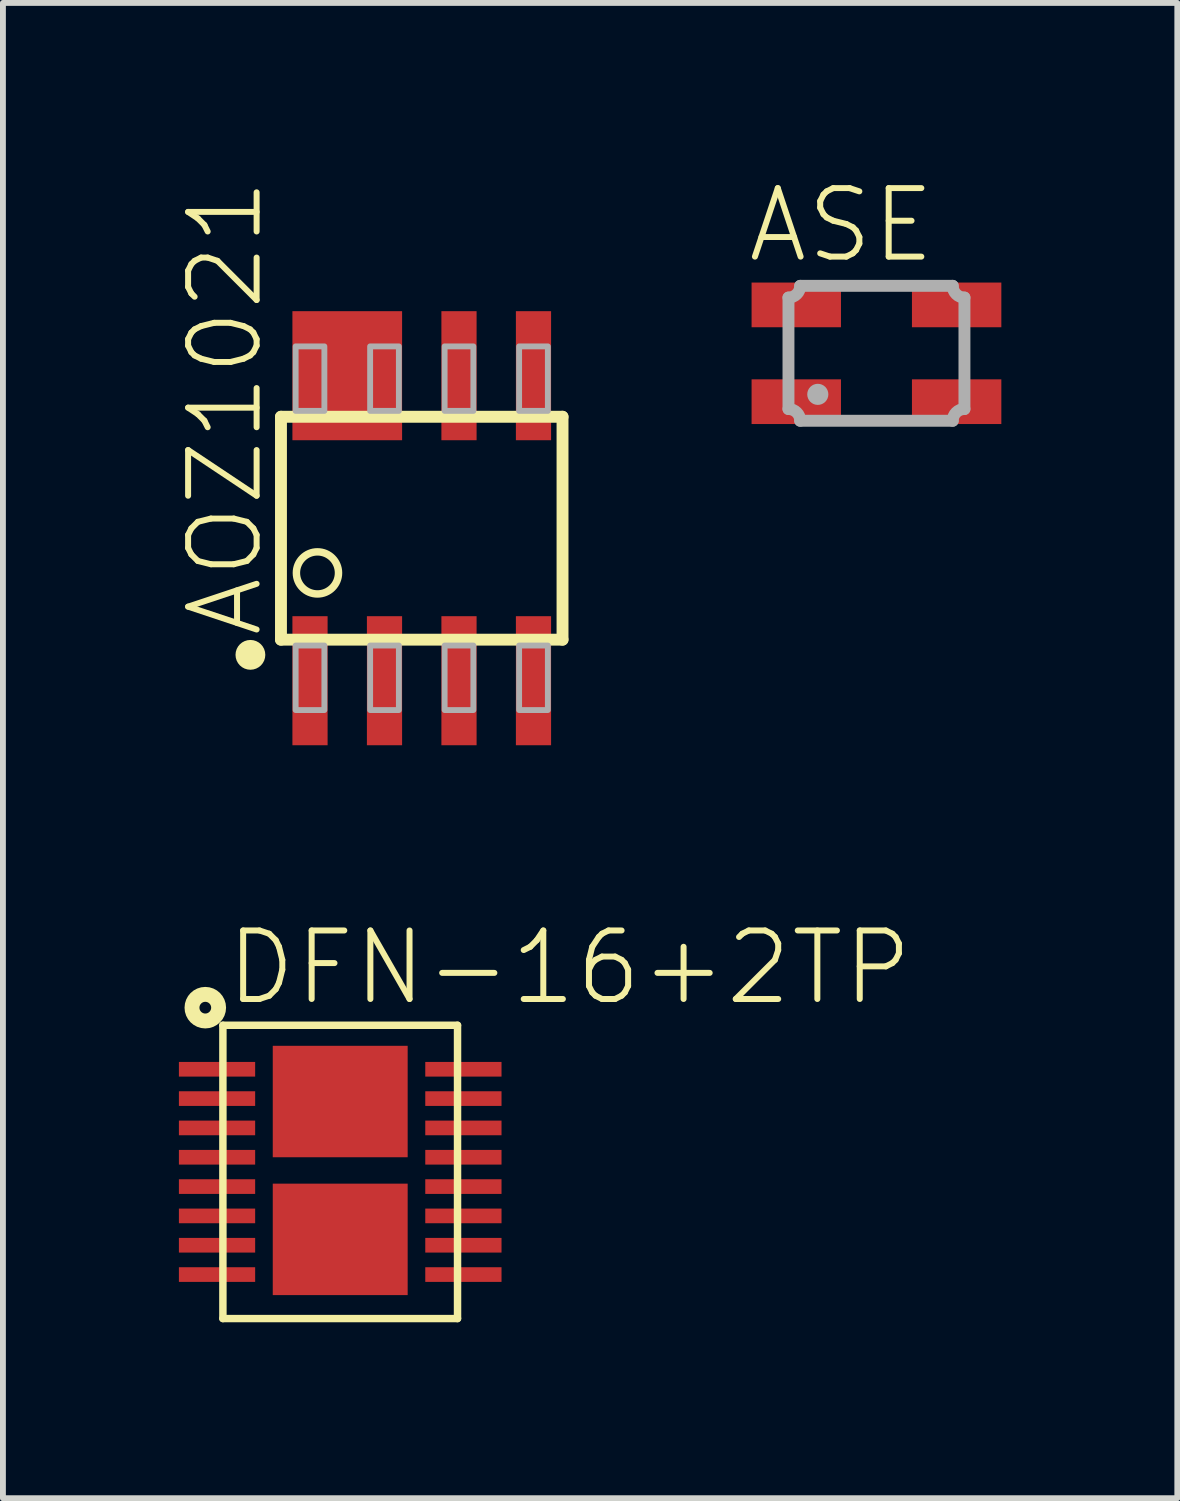
<source format=kicad_pcb>
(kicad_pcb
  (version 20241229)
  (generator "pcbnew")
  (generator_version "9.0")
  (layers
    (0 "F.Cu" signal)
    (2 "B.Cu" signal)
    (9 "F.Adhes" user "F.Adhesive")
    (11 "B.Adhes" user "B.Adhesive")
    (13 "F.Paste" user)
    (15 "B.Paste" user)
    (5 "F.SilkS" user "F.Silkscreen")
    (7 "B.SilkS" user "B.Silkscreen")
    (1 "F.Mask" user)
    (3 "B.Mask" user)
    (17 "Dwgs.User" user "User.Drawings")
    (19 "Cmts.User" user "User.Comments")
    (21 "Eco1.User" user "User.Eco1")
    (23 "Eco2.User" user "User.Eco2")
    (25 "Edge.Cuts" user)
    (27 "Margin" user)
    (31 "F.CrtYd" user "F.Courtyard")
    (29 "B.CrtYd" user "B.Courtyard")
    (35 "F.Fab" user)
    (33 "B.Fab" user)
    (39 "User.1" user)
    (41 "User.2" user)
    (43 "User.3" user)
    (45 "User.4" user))
  (footprint "DFN-16+2TP"
    (layer "F.Cu")
    (at 2.75 16.929)
    (property "Reference" "DFN-16+2TP" (at -2 -2.8 0) (unlocked yes) (layer "F.SilkS") (effects (font (size 1.168 1.168) (thickness 0.102)) (justify left bottom)))
    (fp_line (start -2 -2.5) (end -2 2.5) (stroke (width 0.127) (type solid)) (layer "F.SilkS"))
    (fp_line (start -2 2.5) (end 2 2.5) (stroke (width 0.127) (type solid)) (layer "F.SilkS"))
    (fp_line (start 2 -2.5) (end -2 -2.5) (stroke (width 0.127) (type solid)) (layer "F.SilkS"))
    (fp_line (start 2 2.5) (end 2 -2.5) (stroke (width 0.127) (type solid)) (layer "F.SilkS"))
    (fp_circle (center -2.3 -2.8) (end -2.2 -2.8) (stroke (width 0.254) (type solid)) (fill no) (layer "F.SilkS"))
    (fp_poly (pts (xy -1 -0.4) (xy 1 -0.4) (xy 1 -2.15) (xy -1 -2.15)) (stroke (width 0) (type default)) (fill yes) (layer "F.Paste"))
    (fp_poly (pts (xy -1 2.1) (xy 1 2.1) (xy 1 0.35) (xy -1 0.35)) (stroke (width 0) (type default)) (fill yes) (layer "F.Paste"))
    (pad "1" smd rect (at -2.1 -1.75) (size 1.3 0.25) (layers "F.Cu" "F.Mask" "F.Paste"))
    (pad "2" smd rect (at -2.1 -1.25) (size 1.3 0.25) (layers "F.Cu" "F.Mask" "F.Paste"))
    (pad "3" smd rect (at -2.1 -0.75) (size 1.3 0.25) (layers "F.Cu" "F.Mask" "F.Paste"))
    (pad "4" smd rect (at -2.1 -0.25) (size 1.3 0.25) (layers "F.Cu" "F.Mask" "F.Paste"))
    (pad "5" smd rect (at -2.1 0.25) (size 1.3 0.25) (layers "F.Cu" "F.Mask" "F.Paste"))
    (pad "6" smd rect (at -2.1 0.75) (size 1.3 0.25) (layers "F.Cu" "F.Mask" "F.Paste"))
    (pad "7" smd rect (at -2.1 1.25) (size 1.3 0.25) (layers "F.Cu" "F.Mask" "F.Paste"))
    (pad "8" smd rect (at -2.1 1.75) (size 1.3 0.25) (layers "F.Cu" "F.Mask" "F.Paste"))
    (pad "9" smd rect (at 2.1 1.75 180) (size 1.3 0.25) (layers "F.Cu" "F.Mask" "F.Paste"))
    (pad "10" smd rect (at 2.1 1.25 180) (size 1.3 0.25) (layers "F.Cu" "F.Mask" "F.Paste"))
    (pad "11" smd rect (at 2.1 0.75 180) (size 1.3 0.25) (layers "F.Cu" "F.Mask" "F.Paste"))
    (pad "12" smd rect (at 2.1 0.25 180) (size 1.3 0.25) (layers "F.Cu" "F.Mask" "F.Paste"))
    (pad "13" smd rect (at 2.1 -0.25 180) (size 1.3 0.25) (layers "F.Cu" "F.Mask" "F.Paste"))
    (pad "14" smd rect (at 2.1 -0.75 180) (size 1.3 0.25) (layers "F.Cu" "F.Mask" "F.Paste"))
    (pad "15" smd rect (at 2.1 -1.25 180) (size 1.3 0.25) (layers "F.Cu" "F.Mask" "F.Paste"))
    (pad "16" smd rect (at 2.1 -1.75 180) (size 1.3 0.25) (layers "F.Cu" "F.Mask" "F.Paste"))
    (pad "17" smd rect (at 0 -1.2) (size 2.3 1.9) (layers "F.Cu" "F.Mask"))
    (pad "18" smd rect (at 0 1.15) (size 2.3 1.9) (layers "F.Cu" "F.Mask")))
  (footprint "ASE"
    (layer "F.Cu")
    (at 11.892 2.973)
    (property "Reference" "ASE" (at -2.25 -1.5 0) (unlocked yes) (layer "F.SilkS") (effects (font (size 1.168 1.168) (thickness 0.102)) (justify left bottom)))
    (fp_line (start -1.5 0.95) (end -1.5 -0.95) (stroke (width 0.203) (type solid)) (layer "F.Fab"))
    (fp_line (start -1.3 -1.15) (end 1.3 -1.15) (stroke (width 0.203) (type solid)) (layer "F.Fab"))
    (fp_line (start 1.3 1.15) (end -1.3 1.15) (stroke (width 0.203) (type solid)) (layer "F.Fab"))
    (fp_line (start 1.5 -0.95) (end 1.5 0.95) (stroke (width 0.203) (type solid)) (layer "F.Fab"))
    (fp_arc (start -1.5 0.95) (mid -1.358579 1.008579) (end -1.3 1.15) (stroke (width 0.2032) (type solid)) (layer "F.Fab"))
    (fp_arc (start -1.3 -1.15) (mid -1.358579 -1.008579) (end -1.5 -0.95) (stroke (width 0.2032) (type solid)) (layer "F.Fab"))
    (fp_arc (start 1.3 1.15) (mid 1.358579 1.008579) (end 1.5 0.95) (stroke (width 0.2032) (type solid)) (layer "F.Fab"))
    (fp_arc (start 1.5 -0.95) (mid 1.358579 -1.008579) (end 1.3 -1.15) (stroke (width 0.2032) (type solid)) (layer "F.Fab"))
    (fp_circle (center -1 0.7) (end -0.91 0.7) (stroke (width 0.18) (type solid)) (fill no) (layer "F.Fab"))
    (pad "1" smd rect (at -1.367 0.825) (size 1.524 0.762) (layers "F.Cu" "F.Mask" "F.Paste"))
    (pad "2" smd rect (at 1.367 0.825) (size 1.524 0.762) (layers "F.Cu" "F.Mask" "F.Paste"))
    (pad "3" smd rect (at 1.367 -0.825 180) (size 1.524 0.762) (layers "F.Cu" "F.Mask" "F.Paste"))
    (pad "4" smd rect (at -1.367 -0.825 180) (size 1.524 0.762) (layers "F.Cu" "F.Mask" "F.Paste")))
  (footprint "AOZ1021"
    (layer "F.Cu")
    (at 4.14 5.955)
    (property "Reference" "AOZ1021" (at -2.667 1.905 90) (unlocked yes) (layer "F.SilkS") (effects (font (size 1.168 1.168) (thickness 0.102)) (justify left bottom)))
    (fp_line (start -2.4 -1.9) (end 2.4 -1.9) (stroke (width 0.203) (type solid)) (layer "F.SilkS"))
    (fp_line (start -2.4 1.9) (end -2.4 -1.9) (stroke (width 0.203) (type solid)) (layer "F.SilkS"))
    (fp_line (start 2.4 -1.9) (end 2.4 1.9) (stroke (width 0.203) (type solid)) (layer "F.SilkS"))
    (fp_line (start 2.4 1.9) (end -2.4 1.9) (stroke (width 0.203) (type solid)) (layer "F.SilkS"))
    (fp_circle (center -2.921 2.159) (end -2.794 2.159) (stroke (width 0.254) (type solid)) (fill no) (layer "F.SilkS"))
    (fp_circle (center -1.778 0.762) (end -1.419 0.762) (stroke (width 0.127) (type solid)) (fill no) (layer "F.SilkS"))
    (fp_poly (pts (xy -2.15 -2) (xy -1.66 -2) (xy -1.66 -3.1) (xy -2.15 -3.1)) (stroke (width 0.1) (type default)) (fill no) (layer "F.Fab"))
    (fp_poly (pts (xy -2.15 3.1) (xy -1.66 3.1) (xy -1.66 2) (xy -2.15 2)) (stroke (width 0.1) (type default)) (fill no) (layer "F.Fab"))
    (fp_poly (pts (xy -0.88 -2) (xy -0.39 -2) (xy -0.39 -3.1) (xy -0.88 -3.1)) (stroke (width 0.1) (type default)) (fill no) (layer "F.Fab"))
    (fp_poly (pts (xy -0.88 3.1) (xy -0.39 3.1) (xy -0.39 2) (xy -0.88 2)) (stroke (width 0.1) (type default)) (fill no) (layer "F.Fab"))
    (fp_poly (pts (xy 0.39 -2) (xy 0.88 -2) (xy 0.88 -3.1) (xy 0.39 -3.1)) (stroke (width 0.1) (type default)) (fill no) (layer "F.Fab"))
    (fp_poly (pts (xy 0.39 3.1) (xy 0.88 3.1) (xy 0.88 2) (xy 0.39 2)) (stroke (width 0.1) (type default)) (fill no) (layer "F.Fab"))
    (fp_poly (pts (xy 1.66 -2) (xy 2.15 -2) (xy 2.15 -3.1) (xy 1.66 -3.1)) (stroke (width 0.1) (type default)) (fill no) (layer "F.Fab"))
    (fp_poly (pts (xy 1.66 3.1) (xy 2.15 3.1) (xy 2.15 2) (xy 1.66 2)) (stroke (width 0.1) (type default)) (fill no) (layer "F.Fab"))
    (pad "AGND" smd rect (at 0.635 2.6) (size 0.6 2.2) (layers "F.Cu" "F.Mask" "F.Paste"))
    (pad "COMP" smd rect (at 1.905 -2.6) (size 0.6 2.2) (layers "F.Cu" "F.Mask" "F.Paste"))
    (pad "EN" smd rect (at 0.635 -2.6) (size 0.6 2.2) (layers "F.Cu" "F.Mask" "F.Paste"))
    (pad "FB" smd rect (at 1.905 2.6) (size 0.6 2.2) (layers "F.Cu" "F.Mask" "F.Paste"))
    (pad "LX" smd rect (at -1.27 -2.6) (size 1.87 2.2) (layers "F.Cu" "F.Mask" "F.Paste"))
    (pad "PGND" smd rect (at -1.905 2.6) (size 0.6 2.2) (layers "F.Cu" "F.Mask" "F.Paste"))
    (pad "VIN" smd rect (at -0.635 2.6) (size 0.6 2.2) (layers "F.Cu" "F.Mask" "F.Paste")))
  (gr_rect
    (start -3 -3)
    (end 17.021 22.492)
    (stroke (width 0.1) (type default))
    (fill no)
    (layer "Edge.Cuts")))
</source>
